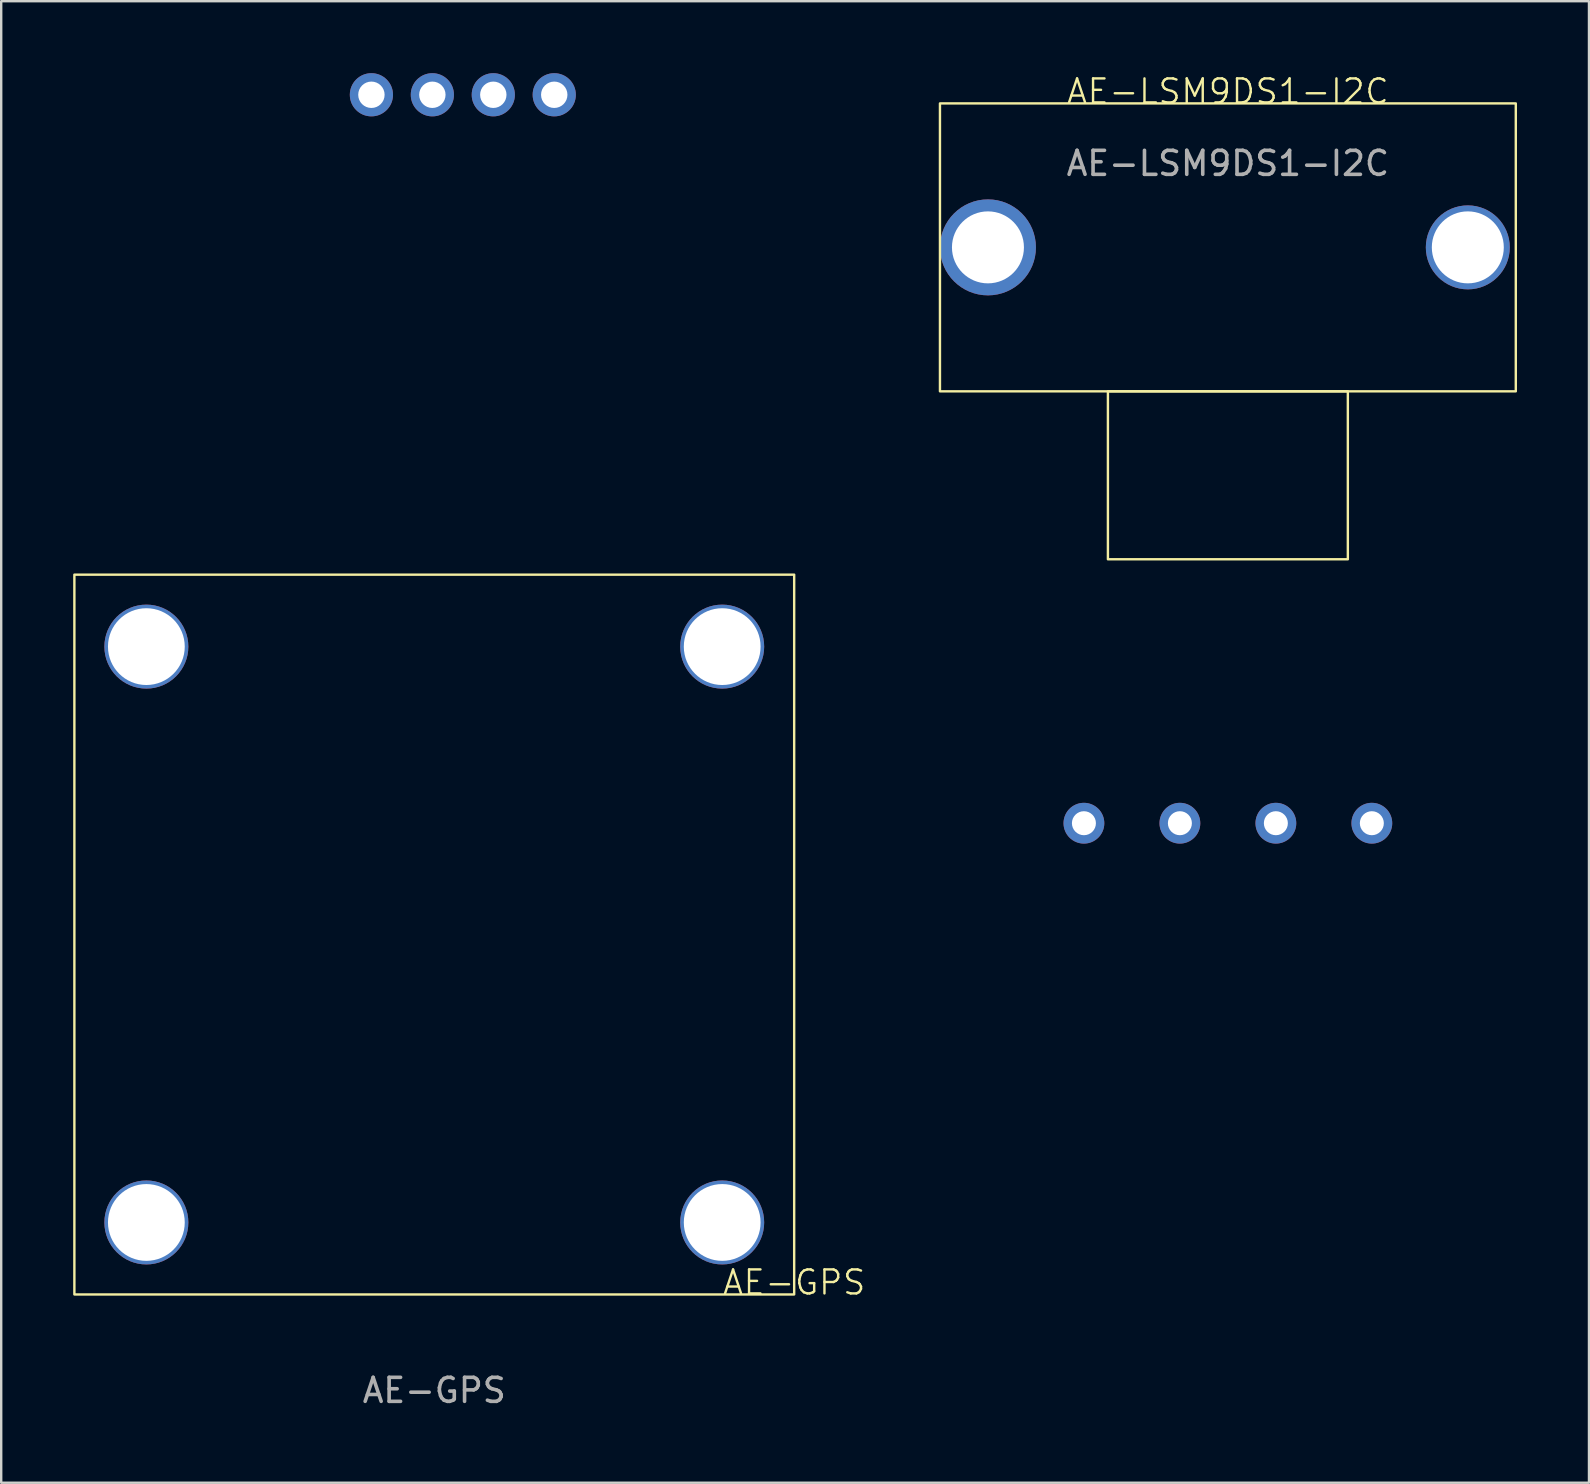
<source format=kicad_pcb>
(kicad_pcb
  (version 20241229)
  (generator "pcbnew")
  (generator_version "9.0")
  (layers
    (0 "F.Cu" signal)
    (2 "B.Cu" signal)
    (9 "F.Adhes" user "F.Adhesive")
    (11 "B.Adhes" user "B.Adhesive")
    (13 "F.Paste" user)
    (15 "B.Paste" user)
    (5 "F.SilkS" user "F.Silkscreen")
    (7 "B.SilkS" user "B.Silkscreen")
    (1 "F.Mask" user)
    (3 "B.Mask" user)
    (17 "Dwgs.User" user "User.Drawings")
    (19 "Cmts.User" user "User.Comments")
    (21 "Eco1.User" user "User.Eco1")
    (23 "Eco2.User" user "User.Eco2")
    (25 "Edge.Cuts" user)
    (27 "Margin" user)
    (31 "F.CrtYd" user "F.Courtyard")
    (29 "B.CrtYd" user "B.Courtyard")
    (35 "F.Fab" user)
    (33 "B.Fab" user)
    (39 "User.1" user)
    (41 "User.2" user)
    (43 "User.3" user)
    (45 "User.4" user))
  (footprint "AE-LSM9DS1-I2C"
    (layer "F.Cu")
    (at 48.126 1.26)
    (property "Reference" "AE-LSM9DS1-I2C" (at 0 -0.5 0) (unlocked yes) (layer "F.SilkS") (effects (font (size 1 1) (thickness 0.1))))
    (attr through_hole)
    (fp_rect (start -12 0) (end 12 12) (stroke (width 0.1) (type default)) (fill no) (layer "F.SilkS"))
    (fp_rect (start -5 12) (end 5 19) (stroke (width 0.1) (type default)) (fill no) (layer "F.SilkS"))
    (fp_text user "${REFERENCE}" (at 0 2.5 0) (unlocked yes) (layer "F.Fab") (effects (font (size 1 1) (thickness 0.15))))
    (pad "" np_thru_hole circle (at -10 6) (size 4 4) (drill 3) (layers "*.Cu" "*.Mask"))
    (pad "" np_thru_hole circle (at 10 6) (size 3.5 3.5) (drill 3) (layers "*.Cu" "*.Mask"))
    (pad "1" thru_hole circle (at -6 30) (size 1.7 1.7) (drill 1) (layers "*.Cu" "*.Mask"))
    (pad "2" thru_hole circle (at -2 30) (size 1.7 1.7) (drill 1) (layers "*.Cu" "*.Mask"))
    (pad "3" thru_hole circle (at 2 30) (size 1.7 1.7) (drill 1) (layers "*.Cu" "*.Mask"))
    (pad "4" thru_hole circle (at 6 30) (size 1.7 1.7) (drill 1) (layers "*.Cu" "*.Mask")))
  (footprint "AE-GPS"
    (layer "F.Cu")
    (at 15.05 35.9)
    (property "Reference" "AE-GPS" (at 15 14.5 0) (unlocked yes) (layer "F.SilkS") (effects (font (size 1 1) (thickness 0.1))))
    (attr through_hole)
    (fp_rect (start -15 -15) (end 15 15) (stroke (width 0.1) (type default)) (fill no) (layer "F.SilkS"))
    (fp_text user "${REFERENCE}" (at 0 19 0) (unlocked yes) (layer "F.Fab") (effects (font (size 1 1) (thickness 0.15))))
    (pad "" np_thru_hole circle (at -12 -12) (size 3.5 3.5) (drill 3.2) (layers "*.Cu" "*.Mask"))
    (pad "" np_thru_hole circle (at -12 12) (size 3.5 3.5) (drill 3.2) (layers "*.Cu" "*.Mask"))
    (pad "" np_thru_hole circle (at 12 -12) (size 3.5 3.5) (drill 3.2) (layers "*.Cu" "*.Mask"))
    (pad "" np_thru_hole circle (at 12 12) (size 3.5 3.5) (drill 3.2) (layers "*.Cu" "*.Mask"))
    (pad "1" thru_hole circle (at 5 -35) (size 1.8 1.8) (drill 1.1) (layers "*.Cu" "*.Mask"))
    (pad "2" thru_hole circle (at 2.46 -35) (size 1.8 1.8) (drill 1.1) (layers "*.Cu" "*.Mask"))
    (pad "3" thru_hole circle (at -0.08 -35) (size 1.8 1.8) (drill 1.1) (layers "*.Cu" "*.Mask"))
    (pad "4" thru_hole circle (at -2.62 -35) (size 1.8 1.8) (drill 1.1) (layers "*.Cu" "*.Mask")))
  (gr_rect
    (start -3 -3)
    (end 63.176 58.748)
    (stroke (width 0.1) (type default))
    (fill no)
    (layer "Edge.Cuts")))
</source>
